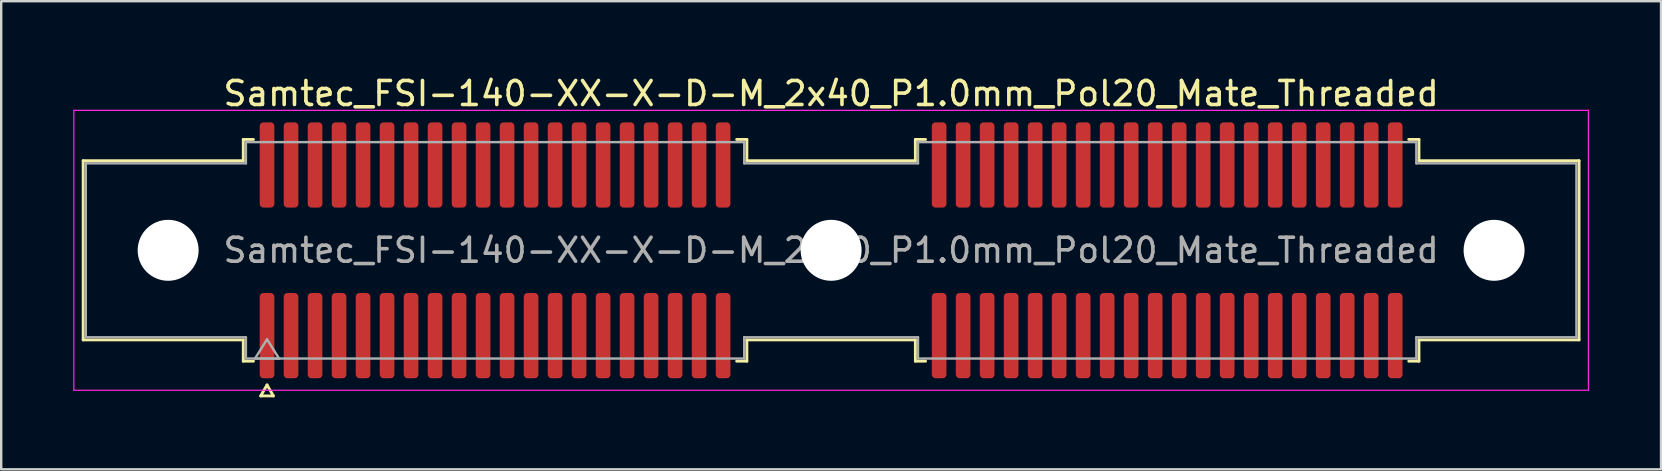
<source format=kicad_pcb>
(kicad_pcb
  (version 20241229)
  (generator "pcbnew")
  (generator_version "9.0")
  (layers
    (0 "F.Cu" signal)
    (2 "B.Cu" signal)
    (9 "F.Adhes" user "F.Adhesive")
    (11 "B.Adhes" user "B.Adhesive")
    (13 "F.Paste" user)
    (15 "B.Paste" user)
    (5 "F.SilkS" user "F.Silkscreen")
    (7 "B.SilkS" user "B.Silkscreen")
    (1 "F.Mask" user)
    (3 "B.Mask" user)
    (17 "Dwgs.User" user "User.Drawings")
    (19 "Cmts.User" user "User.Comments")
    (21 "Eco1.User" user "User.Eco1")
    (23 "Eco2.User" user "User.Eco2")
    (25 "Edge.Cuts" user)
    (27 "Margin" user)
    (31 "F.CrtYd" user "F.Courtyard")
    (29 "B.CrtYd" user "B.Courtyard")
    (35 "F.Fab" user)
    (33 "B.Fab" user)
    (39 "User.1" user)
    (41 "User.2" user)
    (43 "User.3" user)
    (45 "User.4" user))
  (footprint "Samtec_FSI-140-XX-X-D-M_2x40_P1.0mm_Pol20_Mate_Threaded"
    (layer "F.Cu")
    (at 31.575 7.378)
    (property "Reference" "Samtec_FSI-140-XX-X-D-M_2x40_P1.0mm_Pol20_Mate_Threaded" (at 0 -6.53 0) (layer "F.SilkS") (effects (font (size 1 1) (thickness 0.15))))
    (attr smd exclude_from_pos_files exclude_from_bom)
    (fp_line (start -31.16 -3.733) (end -24.49 -3.733) (stroke (width 0.12) (type solid)) (layer "F.SilkS"))
    (fp_line (start -31.16 3.733) (end -31.16 -3.733) (stroke (width 0.12) (type solid)) (layer "F.SilkS"))
    (fp_line (start -24.49 -4.619) (end -24.065 -4.619) (stroke (width 0.12) (type solid)) (layer "F.SilkS"))
    (fp_line (start -24.49 -3.733) (end -24.49 -4.619) (stroke (width 0.12) (type solid)) (layer "F.SilkS"))
    (fp_line (start -24.49 3.733) (end -31.16 3.733) (stroke (width 0.12) (type solid)) (layer "F.SilkS"))
    (fp_line (start -24.49 4.619) (end -24.49 3.733) (stroke (width 0.12) (type solid)) (layer "F.SilkS"))
    (fp_line (start -24.065 4.619) (end -24.49 4.619) (stroke (width 0.12) (type solid)) (layer "F.SilkS"))
    (fp_line (start -23.764 6.066) (end -23.5 5.609) (stroke (width 0.12) (type solid)) (layer "F.SilkS"))
    (fp_line (start -23.5 5.609) (end -23.236 6.066) (stroke (width 0.12) (type solid)) (layer "F.SilkS"))
    (fp_line (start -23.236 6.066) (end -23.764 6.066) (stroke (width 0.12) (type solid)) (layer "F.SilkS"))
    (fp_line (start -3.935 -4.619) (end -3.51 -4.619) (stroke (width 0.12) (type solid)) (layer "F.SilkS"))
    (fp_line (start -3.51 -4.619) (end -3.51 -3.733) (stroke (width 0.12) (type solid)) (layer "F.SilkS"))
    (fp_line (start -3.51 -3.733) (end 3.51 -3.733) (stroke (width 0.12) (type solid)) (layer "F.SilkS"))
    (fp_line (start -3.51 3.733) (end -3.51 4.619) (stroke (width 0.12) (type solid)) (layer "F.SilkS"))
    (fp_line (start -3.51 4.619) (end -3.935 4.619) (stroke (width 0.12) (type solid)) (layer "F.SilkS"))
    (fp_line (start 3.51 -4.619) (end 3.935 -4.619) (stroke (width 0.12) (type solid)) (layer "F.SilkS"))
    (fp_line (start 3.51 -3.733) (end 3.51 -4.619) (stroke (width 0.12) (type solid)) (layer "F.SilkS"))
    (fp_line (start 3.51 3.733) (end -3.51 3.733) (stroke (width 0.12) (type solid)) (layer "F.SilkS"))
    (fp_line (start 3.51 4.619) (end 3.51 3.733) (stroke (width 0.12) (type solid)) (layer "F.SilkS"))
    (fp_line (start 3.935 4.619) (end 3.51 4.619) (stroke (width 0.12) (type solid)) (layer "F.SilkS"))
    (fp_line (start 24.065 -4.619) (end 24.49 -4.619) (stroke (width 0.12) (type solid)) (layer "F.SilkS"))
    (fp_line (start 24.49 -4.619) (end 24.49 -3.733) (stroke (width 0.12) (type solid)) (layer "F.SilkS"))
    (fp_line (start 24.49 -3.733) (end 31.16 -3.733) (stroke (width 0.12) (type solid)) (layer "F.SilkS"))
    (fp_line (start 24.49 3.733) (end 24.49 4.619) (stroke (width 0.12) (type solid)) (layer "F.SilkS"))
    (fp_line (start 24.49 4.619) (end 24.065 4.619) (stroke (width 0.12) (type solid)) (layer "F.SilkS"))
    (fp_line (start 31.16 -3.733) (end 31.16 3.733) (stroke (width 0.12) (type solid)) (layer "F.SilkS"))
    (fp_line (start 31.16 3.733) (end 24.49 3.733) (stroke (width 0.12) (type solid)) (layer "F.SilkS"))
    (fp_line (start -31.55 -5.83) (end -31.55 5.83) (stroke (width 0.05) (type solid)) (layer "F.CrtYd"))
    (fp_line (start -31.55 5.83) (end 31.55 5.83) (stroke (width 0.05) (type solid)) (layer "F.CrtYd"))
    (fp_line (start 31.55 -5.83) (end -31.55 -5.83) (stroke (width 0.05) (type solid)) (layer "F.CrtYd"))
    (fp_line (start 31.55 5.83) (end 31.55 -5.83) (stroke (width 0.05) (type solid)) (layer "F.CrtYd"))
    (fp_line (start -31.05 -3.623) (end -24.38 -3.623) (stroke (width 0.1) (type solid)) (layer "F.Fab"))
    (fp_line (start -31.05 3.623) (end -31.05 -3.623) (stroke (width 0.1) (type solid)) (layer "F.Fab"))
    (fp_line (start -24.38 -4.508) (end -3.62 -4.508) (stroke (width 0.1) (type solid)) (layer "F.Fab"))
    (fp_line (start -24.38 -3.623) (end -24.38 -4.508) (stroke (width 0.1) (type solid)) (layer "F.Fab"))
    (fp_line (start -24.38 3.623) (end -31.05 3.623) (stroke (width 0.1) (type solid)) (layer "F.Fab"))
    (fp_line (start -24.38 4.508) (end -24.38 3.623) (stroke (width 0.1) (type solid)) (layer "F.Fab"))
    (fp_line (start -24 4.508) (end -23.5 3.708) (stroke (width 0.1) (type solid)) (layer "F.Fab"))
    (fp_line (start -23.5 3.708) (end -23 4.508) (stroke (width 0.1) (type solid)) (layer "F.Fab"))
    (fp_line (start -23 4.508) (end -24 4.508) (stroke (width 0.1) (type solid)) (layer "F.Fab"))
    (fp_line (start -3.62 -4.508) (end -3.62 -3.623) (stroke (width 0.1) (type solid)) (layer "F.Fab"))
    (fp_line (start -3.62 -3.623) (end 3.62 -3.623) (stroke (width 0.1) (type solid)) (layer "F.Fab"))
    (fp_line (start -3.62 3.623) (end -3.62 4.508) (stroke (width 0.1) (type solid)) (layer "F.Fab"))
    (fp_line (start -3.62 4.508) (end -24.38 4.508) (stroke (width 0.1) (type solid)) (layer "F.Fab"))
    (fp_line (start 3.62 -4.508) (end 24.38 -4.508) (stroke (width 0.1) (type solid)) (layer "F.Fab"))
    (fp_line (start 3.62 -3.623) (end 3.62 -4.508) (stroke (width 0.1) (type solid)) (layer "F.Fab"))
    (fp_line (start 3.62 3.623) (end -3.62 3.623) (stroke (width 0.1) (type solid)) (layer "F.Fab"))
    (fp_line (start 3.62 4.508) (end 3.62 3.623) (stroke (width 0.1) (type solid)) (layer "F.Fab"))
    (fp_line (start 24.38 -4.508) (end 24.38 -3.623) (stroke (width 0.1) (type solid)) (layer "F.Fab"))
    (fp_line (start 24.38 -3.623) (end 31.05 -3.623) (stroke (width 0.1) (type solid)) (layer "F.Fab"))
    (fp_line (start 24.38 3.623) (end 24.38 4.508) (stroke (width 0.1) (type solid)) (layer "F.Fab"))
    (fp_line (start 24.38 4.508) (end 3.62 4.508) (stroke (width 0.1) (type solid)) (layer "F.Fab"))
    (fp_line (start 31.05 -3.623) (end 31.05 3.623) (stroke (width 0.1) (type solid)) (layer "F.Fab"))
    (fp_line (start 31.05 3.623) (end 24.38 3.623) (stroke (width 0.1) (type solid)) (layer "F.Fab"))
    (fp_text user "${REFERENCE}" (at 0 0 0) (layer "F.Fab") (effects (font (size 1 1) (thickness 0.15))))
    (pad "" np_thru_hole circle (at -27.62 0) (size 2.54 2.54) (drill 2.54) (layers "*.Cu" "*.Mask"))
    (pad "" np_thru_hole circle (at 0 0) (size 2.54 2.54) (drill 2.54) (layers "*.Cu" "*.Mask"))
    (pad "" np_thru_hole circle (at 27.62 0) (size 2.54 2.54) (drill 2.54) (layers "*.Cu" "*.Mask"))
    (pad "1" smd roundrect (at -23.5 3.555) (size 0.61 3.55) (layers "F.Cu" "F.Mask") (roundrect_rratio 0.25))
    (pad "2" smd roundrect (at -23.5 -3.555) (size 0.61 3.55) (layers "F.Cu" "F.Mask") (roundrect_rratio 0.25))
    (pad "3" smd roundrect (at -22.5 3.555) (size 0.61 3.55) (layers "F.Cu" "F.Mask") (roundrect_rratio 0.25))
    (pad "4" smd roundrect (at -22.5 -3.555) (size 0.61 3.55) (layers "F.Cu" "F.Mask") (roundrect_rratio 0.25))
    (pad "5" smd roundrect (at -21.5 3.555) (size 0.61 3.55) (layers "F.Cu" "F.Mask") (roundrect_rratio 0.25))
    (pad "6" smd roundrect (at -21.5 -3.555) (size 0.61 3.55) (layers "F.Cu" "F.Mask") (roundrect_rratio 0.25))
    (pad "7" smd roundrect (at -20.5 3.555) (size 0.61 3.55) (layers "F.Cu" "F.Mask") (roundrect_rratio 0.25))
    (pad "8" smd roundrect (at -20.5 -3.555) (size 0.61 3.55) (layers "F.Cu" "F.Mask") (roundrect_rratio 0.25))
    (pad "9" smd roundrect (at -19.5 3.555) (size 0.61 3.55) (layers "F.Cu" "F.Mask") (roundrect_rratio 0.25))
    (pad "10" smd roundrect (at -19.5 -3.555) (size 0.61 3.55) (layers "F.Cu" "F.Mask") (roundrect_rratio 0.25))
    (pad "11" smd roundrect (at -18.5 3.555) (size 0.61 3.55) (layers "F.Cu" "F.Mask") (roundrect_rratio 0.25))
    (pad "12" smd roundrect (at -18.5 -3.555) (size 0.61 3.55) (layers "F.Cu" "F.Mask") (roundrect_rratio 0.25))
    (pad "13" smd roundrect (at -17.5 3.555) (size 0.61 3.55) (layers "F.Cu" "F.Mask") (roundrect_rratio 0.25))
    (pad "14" smd roundrect (at -17.5 -3.555) (size 0.61 3.55) (layers "F.Cu" "F.Mask") (roundrect_rratio 0.25))
    (pad "15" smd roundrect (at -16.5 3.555) (size 0.61 3.55) (layers "F.Cu" "F.Mask") (roundrect_rratio 0.25))
    (pad "16" smd roundrect (at -16.5 -3.555) (size 0.61 3.55) (layers "F.Cu" "F.Mask") (roundrect_rratio 0.25))
    (pad "17" smd roundrect (at -15.5 3.555) (size 0.61 3.55) (layers "F.Cu" "F.Mask") (roundrect_rratio 0.25))
    (pad "18" smd roundrect (at -15.5 -3.555) (size 0.61 3.55) (layers "F.Cu" "F.Mask") (roundrect_rratio 0.25))
    (pad "19" smd roundrect (at -14.5 3.555) (size 0.61 3.55) (layers "F.Cu" "F.Mask") (roundrect_rratio 0.25))
    (pad "20" smd roundrect (at -14.5 -3.555) (size 0.61 3.55) (layers "F.Cu" "F.Mask") (roundrect_rratio 0.25))
    (pad "21" smd roundrect (at -13.5 3.555) (size 0.61 3.55) (layers "F.Cu" "F.Mask") (roundrect_rratio 0.25))
    (pad "22" smd roundrect (at -13.5 -3.555) (size 0.61 3.55) (layers "F.Cu" "F.Mask") (roundrect_rratio 0.25))
    (pad "23" smd roundrect (at -12.5 3.555) (size 0.61 3.55) (layers "F.Cu" "F.Mask") (roundrect_rratio 0.25))
    (pad "24" smd roundrect (at -12.5 -3.555) (size 0.61 3.55) (layers "F.Cu" "F.Mask") (roundrect_rratio 0.25))
    (pad "25" smd roundrect (at -11.5 3.555) (size 0.61 3.55) (layers "F.Cu" "F.Mask") (roundrect_rratio 0.25))
    (pad "26" smd roundrect (at -11.5 -3.555) (size 0.61 3.55) (layers "F.Cu" "F.Mask") (roundrect_rratio 0.25))
    (pad "27" smd roundrect (at -10.5 3.555) (size 0.61 3.55) (layers "F.Cu" "F.Mask") (roundrect_rratio 0.25))
    (pad "28" smd roundrect (at -10.5 -3.555) (size 0.61 3.55) (layers "F.Cu" "F.Mask") (roundrect_rratio 0.25))
    (pad "29" smd roundrect (at -9.5 3.555) (size 0.61 3.55) (layers "F.Cu" "F.Mask") (roundrect_rratio 0.25))
    (pad "30" smd roundrect (at -9.5 -3.555) (size 0.61 3.55) (layers "F.Cu" "F.Mask") (roundrect_rratio 0.25))
    (pad "31" smd roundrect (at -8.5 3.555) (size 0.61 3.55) (layers "F.Cu" "F.Mask") (roundrect_rratio 0.25))
    (pad "32" smd roundrect (at -8.5 -3.555) (size 0.61 3.55) (layers "F.Cu" "F.Mask") (roundrect_rratio 0.25))
    (pad "33" smd roundrect (at -7.5 3.555) (size 0.61 3.55) (layers "F.Cu" "F.Mask") (roundrect_rratio 0.25))
    (pad "34" smd roundrect (at -7.5 -3.555) (size 0.61 3.55) (layers "F.Cu" "F.Mask") (roundrect_rratio 0.25))
    (pad "35" smd roundrect (at -6.5 3.555) (size 0.61 3.55) (layers "F.Cu" "F.Mask") (roundrect_rratio 0.25))
    (pad "36" smd roundrect (at -6.5 -3.555) (size 0.61 3.55) (layers "F.Cu" "F.Mask") (roundrect_rratio 0.25))
    (pad "37" smd roundrect (at -5.5 3.555) (size 0.61 3.55) (layers "F.Cu" "F.Mask") (roundrect_rratio 0.25))
    (pad "38" smd roundrect (at -5.5 -3.555) (size 0.61 3.55) (layers "F.Cu" "F.Mask") (roundrect_rratio 0.25))
    (pad "39" smd roundrect (at -4.5 3.555) (size 0.61 3.55) (layers "F.Cu" "F.Mask") (roundrect_rratio 0.25))
    (pad "40" smd roundrect (at -4.5 -3.555) (size 0.61 3.55) (layers "F.Cu" "F.Mask") (roundrect_rratio 0.25))
    (pad "41" smd roundrect (at 4.5 3.555) (size 0.61 3.55) (layers "F.Cu" "F.Mask") (roundrect_rratio 0.25))
    (pad "42" smd roundrect (at 4.5 -3.555) (size 0.61 3.55) (layers "F.Cu" "F.Mask") (roundrect_rratio 0.25))
    (pad "43" smd roundrect (at 5.5 3.555) (size 0.61 3.55) (layers "F.Cu" "F.Mask") (roundrect_rratio 0.25))
    (pad "44" smd roundrect (at 5.5 -3.555) (size 0.61 3.55) (layers "F.Cu" "F.Mask") (roundrect_rratio 0.25))
    (pad "45" smd roundrect (at 6.5 3.555) (size 0.61 3.55) (layers "F.Cu" "F.Mask") (roundrect_rratio 0.25))
    (pad "46" smd roundrect (at 6.5 -3.555) (size 0.61 3.55) (layers "F.Cu" "F.Mask") (roundrect_rratio 0.25))
    (pad "47" smd roundrect (at 7.5 3.555) (size 0.61 3.55) (layers "F.Cu" "F.Mask") (roundrect_rratio 0.25))
    (pad "48" smd roundrect (at 7.5 -3.555) (size 0.61 3.55) (layers "F.Cu" "F.Mask") (roundrect_rratio 0.25))
    (pad "49" smd roundrect (at 8.5 3.555) (size 0.61 3.55) (layers "F.Cu" "F.Mask") (roundrect_rratio 0.25))
    (pad "50" smd roundrect (at 8.5 -3.555) (size 0.61 3.55) (layers "F.Cu" "F.Mask") (roundrect_rratio 0.25))
    (pad "51" smd roundrect (at 9.5 3.555) (size 0.61 3.55) (layers "F.Cu" "F.Mask") (roundrect_rratio 0.25))
    (pad "52" smd roundrect (at 9.5 -3.555) (size 0.61 3.55) (layers "F.Cu" "F.Mask") (roundrect_rratio 0.25))
    (pad "53" smd roundrect (at 10.5 3.555) (size 0.61 3.55) (layers "F.Cu" "F.Mask") (roundrect_rratio 0.25))
    (pad "54" smd roundrect (at 10.5 -3.555) (size 0.61 3.55) (layers "F.Cu" "F.Mask") (roundrect_rratio 0.25))
    (pad "55" smd roundrect (at 11.5 3.555) (size 0.61 3.55) (layers "F.Cu" "F.Mask") (roundrect_rratio 0.25))
    (pad "56" smd roundrect (at 11.5 -3.555) (size 0.61 3.55) (layers "F.Cu" "F.Mask") (roundrect_rratio 0.25))
    (pad "57" smd roundrect (at 12.5 3.555) (size 0.61 3.55) (layers "F.Cu" "F.Mask") (roundrect_rratio 0.25))
    (pad "58" smd roundrect (at 12.5 -3.555) (size 0.61 3.55) (layers "F.Cu" "F.Mask") (roundrect_rratio 0.25))
    (pad "59" smd roundrect (at 13.5 3.555) (size 0.61 3.55) (layers "F.Cu" "F.Mask") (roundrect_rratio 0.25))
    (pad "60" smd roundrect (at 13.5 -3.555) (size 0.61 3.55) (layers "F.Cu" "F.Mask") (roundrect_rratio 0.25))
    (pad "61" smd roundrect (at 14.5 3.555) (size 0.61 3.55) (layers "F.Cu" "F.Mask") (roundrect_rratio 0.25))
    (pad "62" smd roundrect (at 14.5 -3.555) (size 0.61 3.55) (layers "F.Cu" "F.Mask") (roundrect_rratio 0.25))
    (pad "63" smd roundrect (at 15.5 3.555) (size 0.61 3.55) (layers "F.Cu" "F.Mask") (roundrect_rratio 0.25))
    (pad "64" smd roundrect (at 15.5 -3.555) (size 0.61 3.55) (layers "F.Cu" "F.Mask") (roundrect_rratio 0.25))
    (pad "65" smd roundrect (at 16.5 3.555) (size 0.61 3.55) (layers "F.Cu" "F.Mask") (roundrect_rratio 0.25))
    (pad "66" smd roundrect (at 16.5 -3.555) (size 0.61 3.55) (layers "F.Cu" "F.Mask") (roundrect_rratio 0.25))
    (pad "67" smd roundrect (at 17.5 3.555) (size 0.61 3.55) (layers "F.Cu" "F.Mask") (roundrect_rratio 0.25))
    (pad "68" smd roundrect (at 17.5 -3.555) (size 0.61 3.55) (layers "F.Cu" "F.Mask") (roundrect_rratio 0.25))
    (pad "69" smd roundrect (at 18.5 3.555) (size 0.61 3.55) (layers "F.Cu" "F.Mask") (roundrect_rratio 0.25))
    (pad "70" smd roundrect (at 18.5 -3.555) (size 0.61 3.55) (layers "F.Cu" "F.Mask") (roundrect_rratio 0.25))
    (pad "71" smd roundrect (at 19.5 3.555) (size 0.61 3.55) (layers "F.Cu" "F.Mask") (roundrect_rratio 0.25))
    (pad "72" smd roundrect (at 19.5 -3.555) (size 0.61 3.55) (layers "F.Cu" "F.Mask") (roundrect_rratio 0.25))
    (pad "73" smd roundrect (at 20.5 3.555) (size 0.61 3.55) (layers "F.Cu" "F.Mask") (roundrect_rratio 0.25))
    (pad "74" smd roundrect (at 20.5 -3.555) (size 0.61 3.55) (layers "F.Cu" "F.Mask") (roundrect_rratio 0.25))
    (pad "75" smd roundrect (at 21.5 3.555) (size 0.61 3.55) (layers "F.Cu" "F.Mask") (roundrect_rratio 0.25))
    (pad "76" smd roundrect (at 21.5 -3.555) (size 0.61 3.55) (layers "F.Cu" "F.Mask") (roundrect_rratio 0.25))
    (pad "77" smd roundrect (at 22.5 3.555) (size 0.61 3.55) (layers "F.Cu" "F.Mask") (roundrect_rratio 0.25))
    (pad "78" smd roundrect (at 22.5 -3.555) (size 0.61 3.55) (layers "F.Cu" "F.Mask") (roundrect_rratio 0.25))
    (pad "79" smd roundrect (at 23.5 3.555) (size 0.61 3.55) (layers "F.Cu" "F.Mask") (roundrect_rratio 0.25))
    (pad "80" smd roundrect (at 23.5 -3.555) (size 0.61 3.55) (layers "F.Cu" "F.Mask") (roundrect_rratio 0.25)))
  (gr_rect
    (start -3 -3)
    (end 66.15 16.504)
    (stroke (width 0.1) (type default))
    (fill no)
    (layer "Edge.Cuts")))
</source>
